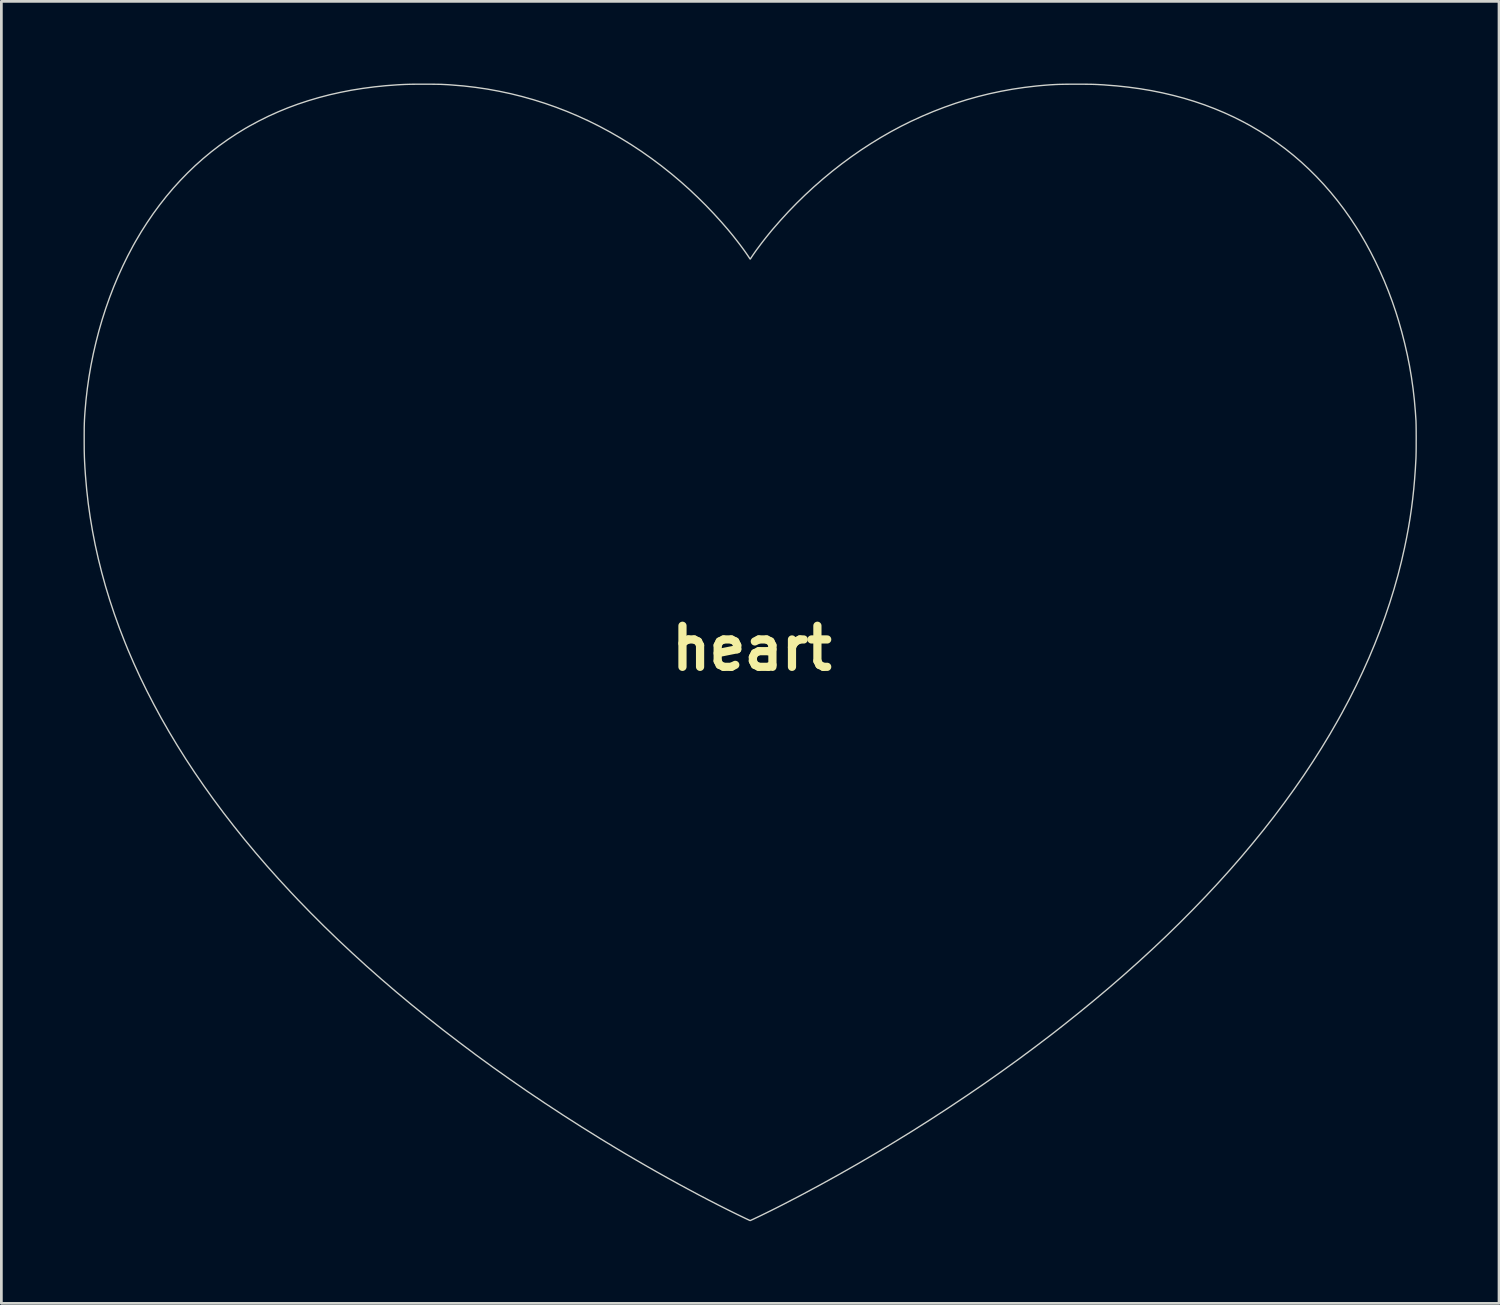
<source format=kicad_pcb>
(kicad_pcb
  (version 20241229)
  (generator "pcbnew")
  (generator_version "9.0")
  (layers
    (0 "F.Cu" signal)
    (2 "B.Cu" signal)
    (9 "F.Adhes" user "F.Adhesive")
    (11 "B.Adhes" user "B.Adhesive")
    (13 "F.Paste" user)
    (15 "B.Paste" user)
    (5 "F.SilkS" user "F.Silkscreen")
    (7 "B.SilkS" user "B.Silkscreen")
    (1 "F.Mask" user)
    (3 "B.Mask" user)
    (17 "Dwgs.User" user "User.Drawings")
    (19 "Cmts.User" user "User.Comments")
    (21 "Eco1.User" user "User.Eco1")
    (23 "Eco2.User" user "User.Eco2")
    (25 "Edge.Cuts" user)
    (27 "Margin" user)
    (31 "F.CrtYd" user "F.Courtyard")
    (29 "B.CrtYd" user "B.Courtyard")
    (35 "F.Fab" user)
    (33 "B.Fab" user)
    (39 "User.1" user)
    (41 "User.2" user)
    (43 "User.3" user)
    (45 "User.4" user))
  (footprint "heart"
    (layer "F.Cu")
    (at 24.413 20.628)
    (property "Reference" "heart" (at 0 0 0) (layer "F.SilkS") (effects (font (size 1.5 1.5) (thickness 0.3))))
    (attr board_only exclude_from_pos_files exclude_from_bom)
    (fp_poly (pts (xy 11.966 -20.602) (xy 12.069 -20.602) (xy 12.162 -20.602) (xy 12.247 -20.601) (xy 12.324 -20.6) (xy 12.395 -20.599) (xy 12.463 -20.597) (xy 12.528 -20.595) (xy 12.593 -20.592) (xy 12.659 -20.589) (xy 12.728 -20.585) (xy 12.802 -20.581) (xy 12.881 -20.576) (xy 12.9 -20.574) (xy 13.333 -20.54) (xy 13.759 -20.494) (xy 14.177 -20.437) (xy 14.588 -20.368) (xy 14.992 -20.287) (xy 15.388 -20.194) (xy 15.777 -20.091) (xy 16.158 -19.975) (xy 16.532 -19.848) (xy 16.898 -19.709) (xy 17.257 -19.559) (xy 17.608 -19.398) (xy 17.952 -19.224) (xy 18.216 -19.081) (xy 18.545 -18.887) (xy 18.867 -18.683) (xy 19.18 -18.467) (xy 19.486 -18.24) (xy 19.783 -18.002) (xy 20.072 -17.753) (xy 20.352 -17.493) (xy 20.625 -17.222) (xy 20.888 -16.941) (xy 21.143 -16.649) (xy 21.39 -16.346) (xy 21.628 -16.033) (xy 21.857 -15.709) (xy 22.077 -15.375) (xy 22.226 -15.135) (xy 22.417 -14.807) (xy 22.601 -14.468) (xy 22.777 -14.12) (xy 22.945 -13.764) (xy 23.104 -13.401) (xy 23.253 -13.032) (xy 23.392 -12.659) (xy 23.52 -12.283) (xy 23.62 -11.961) (xy 23.738 -11.547) (xy 23.843 -11.137) (xy 23.937 -10.728) (xy 24.019 -10.319) (xy 24.089 -9.908) (xy 24.148 -9.494) (xy 24.196 -9.075) (xy 24.233 -8.65) (xy 24.255 -8.327) (xy 24.257 -8.285) (xy 24.258 -8.23) (xy 24.26 -8.165) (xy 24.261 -8.09) (xy 24.262 -8.007) (xy 24.263 -7.919) (xy 24.263 -7.825) (xy 24.264 -7.729) (xy 24.264 -7.63) (xy 24.263 -7.532) (xy 24.263 -7.435) (xy 24.263 -7.341) (xy 24.262 -7.251) (xy 24.261 -7.168) (xy 24.259 -7.091) (xy 24.258 -7.024) (xy 24.256 -6.967) (xy 24.255 -6.935) (xy 24.233 -6.55) (xy 24.206 -6.174) (xy 24.174 -5.808) (xy 24.135 -5.448) (xy 24.09 -5.093) (xy 24.038 -4.74) (xy 23.979 -4.388) (xy 23.913 -4.034) (xy 23.841 -3.682) (xy 23.726 -3.176) (xy 23.598 -2.671) (xy 23.455 -2.165) (xy 23.299 -1.661) (xy 23.129 -1.157) (xy 22.946 -0.654) (xy 22.749 -0.151) (xy 22.539 0.35) (xy 22.315 0.85) (xy 22.078 1.349) (xy 21.828 1.847) (xy 21.564 2.343) (xy 21.402 2.635) (xy 21.111 3.14) (xy 20.806 3.643) (xy 20.488 4.144) (xy 20.156 4.645) (xy 19.81 5.143) (xy 19.451 5.64) (xy 19.079 6.136) (xy 18.693 6.63) (xy 18.293 7.122) (xy 17.881 7.613) (xy 17.455 8.102) (xy 17.015 8.589) (xy 16.563 9.074) (xy 16.097 9.557) (xy 15.619 10.038) (xy 15.127 10.518) (xy 14.622 10.995) (xy 14.104 11.47) (xy 13.573 11.943) (xy 13.03 12.413) (xy 12.473 12.881) (xy 11.904 13.347) (xy 11.322 13.811) (xy 10.97 14.086) (xy 10.368 14.544) (xy 9.755 15) (xy 9.129 15.451) (xy 8.494 15.898) (xy 7.848 16.34) (xy 7.195 16.776) (xy 6.534 17.206) (xy 5.867 17.629) (xy 5.195 18.043) (xy 4.519 18.45) (xy 3.839 18.847) (xy 3.158 19.234) (xy 2.475 19.611) (xy 1.793 19.977) (xy 1.111 20.331) (xy 0.995 20.39) (xy 0.924 20.426) (xy 0.849 20.464) (xy 0.772 20.502) (xy 0.693 20.542) (xy 0.612 20.581) (xy 0.532 20.621) (xy 0.453 20.659) (xy 0.376 20.697) (xy 0.302 20.733) (xy 0.232 20.766) (xy 0.167 20.797) (xy 0.108 20.825) (xy 0.056 20.85) (xy 0.012 20.87) (xy -0.023 20.886) (xy -0.048 20.897) (xy -0.062 20.902) (xy -0.065 20.902) (xy -0.073 20.899) (xy -0.092 20.891) (xy -0.119 20.879) (xy -0.153 20.863) (xy -0.192 20.845) (xy -0.207 20.838) (xy -0.539 20.678) (xy -0.88 20.51) (xy -1.229 20.334) (xy -1.586 20.151) (xy -1.949 19.961) (xy -2.317 19.764) (xy -2.69 19.562) (xy -3.066 19.355) (xy -3.444 19.143) (xy -3.824 18.927) (xy -4.204 18.707) (xy -4.584 18.485) (xy -4.961 18.26) (xy -5.336 18.033) (xy -5.544 17.906) (xy -6.221 17.484) (xy -6.889 17.057) (xy -7.547 16.625) (xy -8.196 16.189) (xy -8.834 15.747) (xy -9.462 15.302) (xy -10.08 14.852) (xy -10.686 14.397) (xy -11.282 13.94) (xy -11.866 13.478) (xy -12.439 13.013) (xy -13 12.545) (xy -13.549 12.073) (xy -14.086 11.599) (xy -14.61 11.121) (xy -15.122 10.642) (xy -15.621 10.159) (xy -16.106 9.675) (xy -16.579 9.188) (xy -16.841 8.911) (xy -17.284 8.431) (xy -17.714 7.949) (xy -18.131 7.465) (xy -18.535 6.98) (xy -18.925 6.493) (xy -19.303 6.005) (xy -19.667 5.516) (xy -20.018 5.025) (xy -20.356 4.533) (xy -20.68 4.04) (xy -20.991 3.545) (xy -21.288 3.05) (xy -21.572 2.554) (xy -21.842 2.056) (xy -22.099 1.558) (xy -22.342 1.06) (xy -22.571 0.56) (xy -22.787 0.06) (xy -22.911 -0.245) (xy -23.106 -0.749) (xy -23.287 -1.253) (xy -23.454 -1.757) (xy -23.608 -2.262) (xy -23.747 -2.766) (xy -23.873 -3.271) (xy -23.986 -3.777) (xy -24.084 -4.283) (xy -24.169 -4.789) (xy -24.241 -5.296) (xy -24.298 -5.805) (xy -24.342 -6.314) (xy -24.36 -6.58) (xy -24.365 -6.671) (xy -24.37 -6.755) (xy -24.374 -6.833) (xy -24.377 -6.907) (xy -24.38 -6.979) (xy -24.382 -7.051) (xy -24.384 -7.124) (xy -24.386 -7.201) (xy -24.387 -7.283) (xy -24.387 -7.373) (xy -24.388 -7.472) (xy -24.388 -7.582) (xy -24.388 -7.643) (xy -24.388 -7.755) (xy -24.388 -7.854) (xy -24.387 -7.943) (xy -24.387 -8.022) (xy -24.386 -8.095) (xy -24.384 -8.162) (xy -24.383 -8.225) (xy -24.38 -8.285) (xy -24.378 -8.345) (xy -24.374 -8.406) (xy -24.371 -8.47) (xy -24.366 -8.537) (xy -24.361 -8.611) (xy -24.36 -8.628) (xy -24.323 -9.056) (xy -24.274 -9.483) (xy -24.213 -9.91) (xy -24.14 -10.334) (xy -24.055 -10.756) (xy -23.958 -11.175) (xy -23.851 -11.591) (xy -23.732 -12.002) (xy -23.602 -12.407) (xy -23.461 -12.807) (xy -23.31 -13.201) (xy -23.148 -13.587) (xy -22.976 -13.966) (xy -22.794 -14.336) (xy -22.603 -14.698) (xy -22.513 -14.858) (xy -22.307 -15.207) (xy -22.091 -15.545) (xy -21.867 -15.874) (xy -21.633 -16.192) (xy -21.391 -16.5) (xy -21.141 -16.797) (xy -20.881 -17.084) (xy -20.613 -17.36) (xy -20.337 -17.625) (xy -20.052 -17.879) (xy -19.759 -18.123) (xy -19.458 -18.355) (xy -19.149 -18.576) (xy -18.831 -18.787) (xy -18.506 -18.986) (xy -18.34 -19.081) (xy -18.002 -19.263) (xy -17.657 -19.434) (xy -17.304 -19.593) (xy -16.944 -19.741) (xy -16.576 -19.877) (xy -16.2 -20.001) (xy -15.817 -20.114) (xy -15.427 -20.216) (xy -15.029 -20.305) (xy -14.624 -20.384) (xy -14.211 -20.45) (xy -13.791 -20.505) (xy -13.364 -20.549) (xy -13.025 -20.574) (xy -12.943 -20.58) (xy -12.869 -20.584) (xy -12.799 -20.588) (xy -12.732 -20.591) (xy -12.667 -20.594) (xy -12.602 -20.596) (xy -12.535 -20.598) (xy -12.465 -20.6) (xy -12.389 -20.601) (xy -12.307 -20.602) (xy -12.216 -20.602) (xy -12.115 -20.602) (xy -12.002 -20.603) (xy -11.975 -20.603) (xy -11.863 -20.602) (xy -11.763 -20.602) (xy -11.673 -20.602) (xy -11.593 -20.601) (xy -11.52 -20.6) (xy -11.453 -20.599) (xy -11.39 -20.598) (xy -11.33 -20.596) (xy -11.271 -20.593) (xy -11.211 -20.59) (xy -11.148 -20.587) (xy -11.082 -20.583) (xy -11.011 -20.578) (xy -10.959 -20.574) (xy -10.524 -20.538) (xy -10.091 -20.487) (xy -9.661 -20.424) (xy -9.235 -20.346) (xy -8.811 -20.256) (xy -8.392 -20.152) (xy -7.976 -20.035) (xy -7.563 -19.905) (xy -7.155 -19.762) (xy -6.75 -19.606) (xy -6.35 -19.437) (xy -5.953 -19.255) (xy -5.561 -19.06) (xy -5.174 -18.852) (xy -4.791 -18.631) (xy -4.413 -18.398) (xy -4.04 -18.152) (xy -3.672 -17.893) (xy -3.309 -17.622) (xy -2.952 -17.338) (xy -2.937 -17.326) (xy -2.617 -17.056) (xy -2.3 -16.774) (xy -1.989 -16.481) (xy -1.685 -16.181) (xy -1.391 -15.873) (xy -1.107 -15.56) (xy -0.877 -15.294) (xy -0.785 -15.183) (xy -0.692 -15.07) (xy -0.601 -14.954) (xy -0.511 -14.839) (xy -0.424 -14.725) (xy -0.341 -14.614) (xy -0.264 -14.508) (xy -0.193 -14.407) (xy -0.13 -14.315) (xy -0.1 -14.27) (xy -0.085 -14.246) (xy -0.072 -14.228) (xy -0.064 -14.218) (xy -0.062 -14.216) (xy -0.057 -14.222) (xy -0.047 -14.236) (xy -0.032 -14.257) (xy -0.024 -14.27) (xy 0.034 -14.358) (xy 0.101 -14.454) (xy 0.175 -14.558) (xy 0.256 -14.666) (xy 0.34 -14.779) (xy 0.429 -14.894) (xy 0.52 -15.01) (xy 0.612 -15.124) (xy 0.704 -15.237) (xy 0.752 -15.294) (xy 1.038 -15.623) (xy 1.333 -15.945) (xy 1.638 -16.259) (xy 1.952 -16.565) (xy 2.274 -16.862) (xy 2.603 -17.149) (xy 2.939 -17.427) (xy 3.282 -17.695) (xy 3.631 -17.952) (xy 3.986 -18.199) (xy 4.345 -18.433) (xy 4.708 -18.656) (xy 5.075 -18.867) (xy 5.445 -19.065) (xy 5.817 -19.25) (xy 5.823 -19.252) (xy 6.225 -19.436) (xy 6.628 -19.606) (xy 7.034 -19.763) (xy 7.441 -19.906) (xy 7.851 -20.036) (xy 8.263 -20.152) (xy 8.679 -20.255) (xy 9.098 -20.344) (xy 9.52 -20.421) (xy 9.946 -20.484) (xy 10.376 -20.535) (xy 10.5 -20.547) (xy 10.609 -20.557) (xy 10.711 -20.566) (xy 10.806 -20.573) (xy 10.898 -20.58) (xy 10.987 -20.585) (xy 11.076 -20.59) (xy 11.166 -20.594) (xy 11.26 -20.597) (xy 11.358 -20.599) (xy 11.462 -20.601) (xy 11.575 -20.602) (xy 11.698 -20.602) (xy 11.832 -20.603) (xy 11.85 -20.603)) (stroke (width 0.05) (type solid)) (fill no) (layer "Edge.Cuts")))
  (gr_rect
    (start -3 -3)
    (end 51.702 44.555)
    (stroke (width 0.1) (type default))
    (fill no)
    (layer "Edge.Cuts")))
</source>
